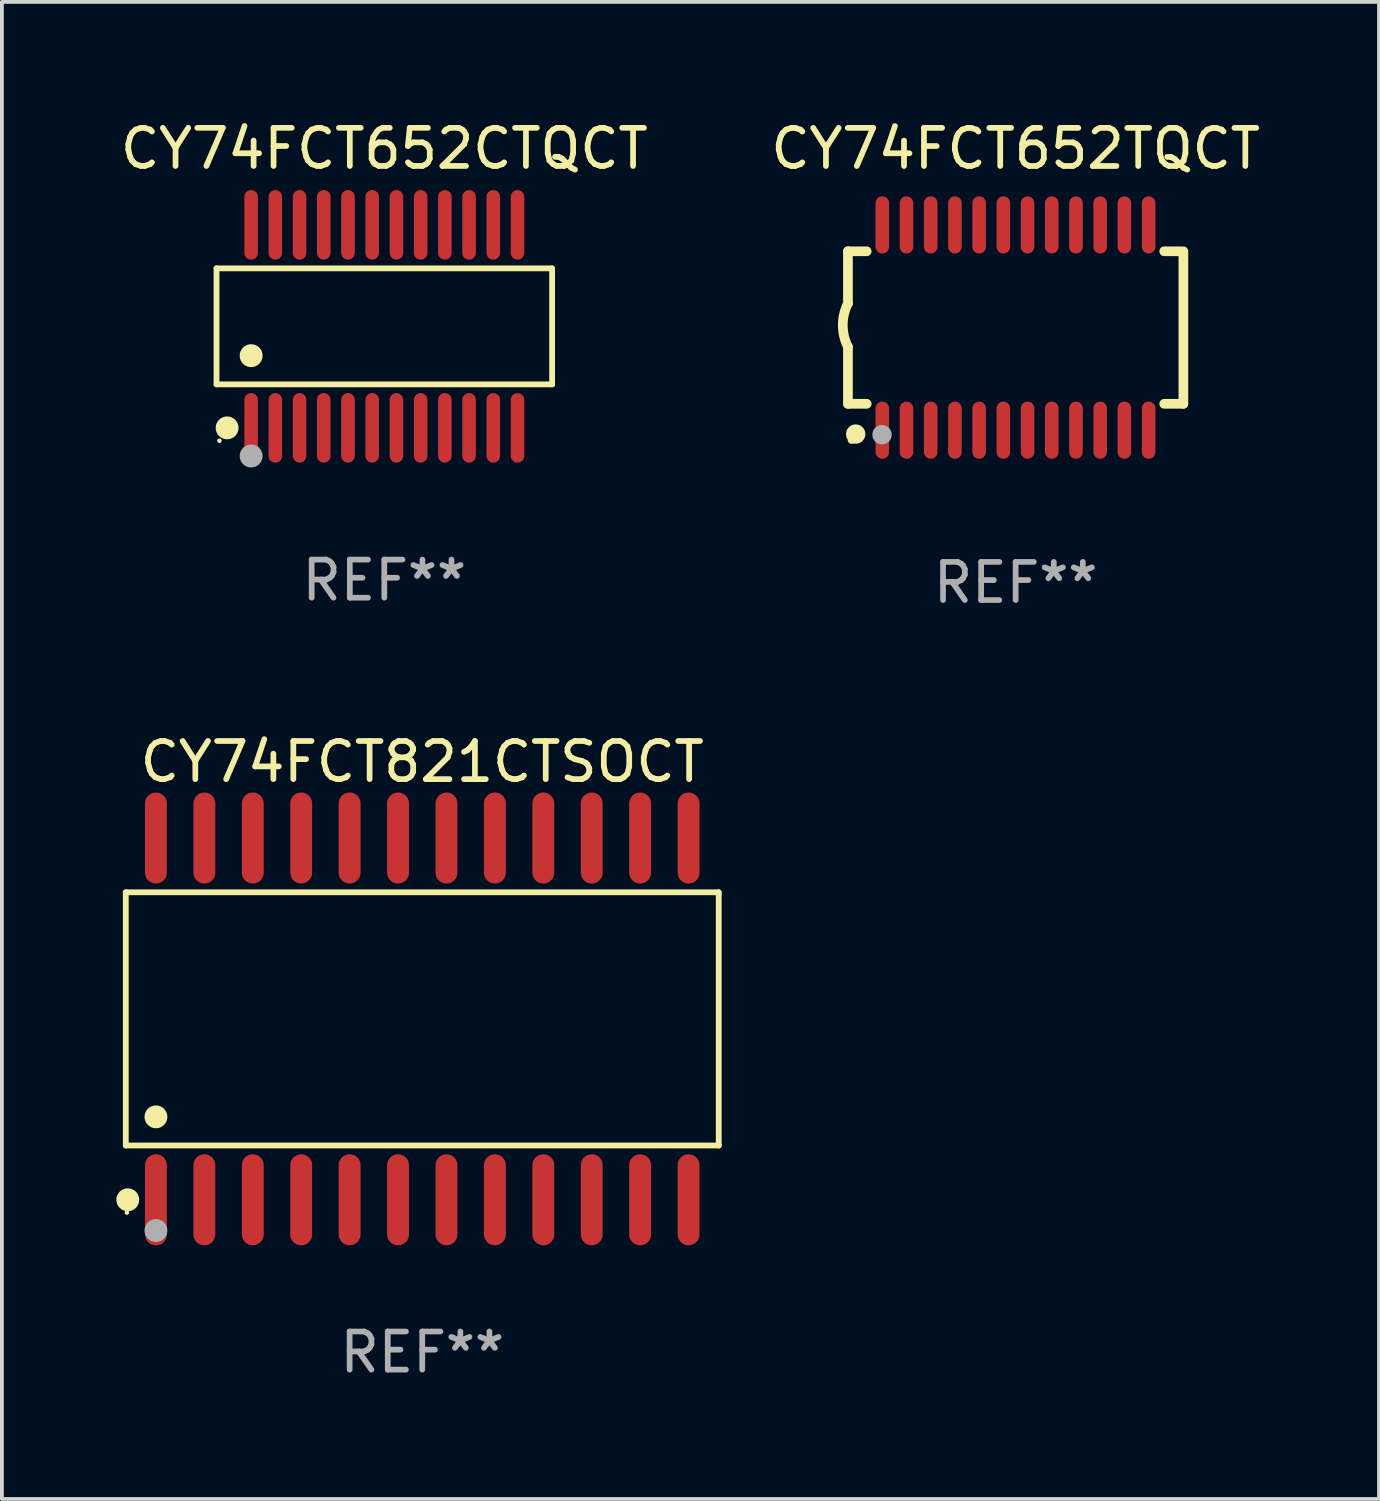
<source format=kicad_pcb>
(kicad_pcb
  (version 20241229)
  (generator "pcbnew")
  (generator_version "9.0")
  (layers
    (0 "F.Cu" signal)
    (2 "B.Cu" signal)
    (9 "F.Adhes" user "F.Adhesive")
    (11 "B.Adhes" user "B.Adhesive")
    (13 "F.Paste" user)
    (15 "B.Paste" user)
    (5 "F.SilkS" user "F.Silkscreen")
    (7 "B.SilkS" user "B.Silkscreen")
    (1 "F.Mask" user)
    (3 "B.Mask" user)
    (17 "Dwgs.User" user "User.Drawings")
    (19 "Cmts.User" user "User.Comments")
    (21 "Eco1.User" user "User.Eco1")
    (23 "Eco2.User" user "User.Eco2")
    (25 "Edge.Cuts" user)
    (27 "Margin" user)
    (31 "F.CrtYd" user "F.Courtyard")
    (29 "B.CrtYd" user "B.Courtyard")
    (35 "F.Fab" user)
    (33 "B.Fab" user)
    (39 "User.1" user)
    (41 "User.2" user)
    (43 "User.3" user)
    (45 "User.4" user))
  (footprint "CY74FCT652CTQCT"
    (layer "F.Cu")
    (at 7.03 5.51)
    (property "Reference" "CY74FCT652CTQCT" (at 0 -4.662 0) (layer "F.SilkS") (effects (font (size 1 1) (thickness 0.15))))
    (attr through_hole)
    (fp_line (start -4.401 -1.521) (end 4.401 -1.521) (stroke (width 0.152) (type solid)) (layer "F.SilkS"))
    (fp_line (start -4.401 1.521) (end -4.401 -1.521) (stroke (width 0.152) (type solid)) (layer "F.SilkS"))
    (fp_line (start 4.401 -1.521) (end 4.401 1.521) (stroke (width 0.152) (type solid)) (layer "F.SilkS"))
    (fp_line (start 4.401 1.521) (end -4.401 1.521) (stroke (width 0.152) (type solid)) (layer "F.SilkS"))
    (fp_circle (center -4.325 3) (end -4.295 3) (stroke (width 0.06) (type solid)) (fill no) (layer "F.SilkS"))
    (fp_circle (center -4.123 2.662) (end -3.973 2.662) (stroke (width 0.3) (type solid)) (fill no) (layer "F.SilkS"))
    (fp_circle (center -3.493 0.769) (end -3.342 0.769) (stroke (width 0.3) (type solid)) (fill no) (layer "F.SilkS"))
    (fp_circle (center -3.493 3.4) (end -3.342 3.4) (stroke (width 0.3) (type solid)) (fill no) (layer "F.Fab"))
    (fp_text user "REF**" (at 0 6.662 0) (layer "F.Fab") (effects (font (size 1 1) (thickness 0.15))))
    (pad "1" smd oval (at -3.493 2.662) (size 0.356 1.824) (layers "F.Cu" "F.Mask" "F.Paste"))
    (pad "2" smd oval (at -2.858 2.662) (size 0.356 1.824) (layers "F.Cu" "F.Mask" "F.Paste"))
    (pad "3" smd oval (at -2.223 2.662) (size 0.356 1.824) (layers "F.Cu" "F.Mask" "F.Paste"))
    (pad "4" smd oval (at -1.588 2.662) (size 0.356 1.824) (layers "F.Cu" "F.Mask" "F.Paste"))
    (pad "5" smd oval (at -0.953 2.662) (size 0.356 1.824) (layers "F.Cu" "F.Mask" "F.Paste"))
    (pad "6" smd oval (at -0.318 2.662) (size 0.356 1.824) (layers "F.Cu" "F.Mask" "F.Paste"))
    (pad "7" smd oval (at 0.318 2.662) (size 0.356 1.824) (layers "F.Cu" "F.Mask" "F.Paste"))
    (pad "8" smd oval (at 0.953 2.662) (size 0.356 1.824) (layers "F.Cu" "F.Mask" "F.Paste"))
    (pad "9" smd oval (at 1.588 2.662) (size 0.356 1.824) (layers "F.Cu" "F.Mask" "F.Paste"))
    (pad "10" smd oval (at 2.223 2.662) (size 0.356 1.824) (layers "F.Cu" "F.Mask" "F.Paste"))
    (pad "11" smd oval (at 2.858 2.662) (size 0.356 1.824) (layers "F.Cu" "F.Mask" "F.Paste"))
    (pad "12" smd oval (at 3.493 2.662) (size 0.356 1.824) (layers "F.Cu" "F.Mask" "F.Paste"))
    (pad "13" smd oval (at 3.493 -2.662) (size 0.356 1.824) (layers "F.Cu" "F.Mask" "F.Paste"))
    (pad "14" smd oval (at 2.858 -2.662) (size 0.356 1.824) (layers "F.Cu" "F.Mask" "F.Paste"))
    (pad "15" smd oval (at 2.223 -2.662) (size 0.356 1.824) (layers "F.Cu" "F.Mask" "F.Paste"))
    (pad "16" smd oval (at 1.588 -2.662) (size 0.356 1.824) (layers "F.Cu" "F.Mask" "F.Paste"))
    (pad "17" smd oval (at 0.953 -2.662) (size 0.356 1.824) (layers "F.Cu" "F.Mask" "F.Paste"))
    (pad "18" smd oval (at 0.318 -2.662) (size 0.356 1.824) (layers "F.Cu" "F.Mask" "F.Paste"))
    (pad "19" smd oval (at -0.318 -2.662) (size 0.356 1.824) (layers "F.Cu" "F.Mask" "F.Paste"))
    (pad "20" smd oval (at -0.953 -2.662) (size 0.356 1.824) (layers "F.Cu" "F.Mask" "F.Paste"))
    (pad "21" smd oval (at -1.588 -2.662) (size 0.356 1.824) (layers "F.Cu" "F.Mask" "F.Paste"))
    (pad "22" smd oval (at -2.223 -2.662) (size 0.356 1.824) (layers "F.Cu" "F.Mask" "F.Paste"))
    (pad "23" smd oval (at -2.858 -2.662) (size 0.356 1.824) (layers "F.Cu" "F.Mask" "F.Paste"))
    (pad "24" smd oval (at -3.493 -2.662) (size 0.356 1.824) (layers "F.Cu" "F.Mask" "F.Paste")))
  (footprint "CY74FCT652TQCT"
    (layer "F.Cu")
    (at 23.589 5.541)
    (property "Reference" "CY74FCT652TQCT" (at 0 -4.692 0) (layer "F.SilkS") (effects (font (size 1 1) (thickness 0.15))))
    (attr through_hole)
    (fp_line (start -4.399 -2) (end -4.399 -0.635) (stroke (width 0.254) (type solid)) (layer "F.SilkS"))
    (fp_line (start -4.399 -2) (end -3.907 -2) (stroke (width 0.254) (type solid)) (layer "F.SilkS"))
    (fp_line (start -4.399 2) (end -4.399 0.508) (stroke (width 0.254) (type solid)) (layer "F.SilkS"))
    (fp_line (start -4.399 2) (end -3.907 2) (stroke (width 0.254) (type solid)) (layer "F.SilkS"))
    (fp_line (start 3.896 -2) (end 4.313 -2) (stroke (width 0.254) (type solid)) (layer "F.SilkS"))
    (fp_line (start 3.896 2) (end 4.399 2) (stroke (width 0.254) (type solid)) (layer "F.SilkS"))
    (fp_line (start 4.399 2) (end 4.399 -2) (stroke (width 0.254) (type solid)) (layer "F.SilkS"))
    (fp_arc (start -4.399301 0.508001) (mid -4.534214 -0.0635) (end -4.399301 -0.635001) (stroke (width 0.254001) (type solid)) (layer "F.SilkS"))
    (fp_circle (center -4.305 2.95) (end -4.255 2.95) (stroke (width 0.1) (type solid)) (fill no) (layer "F.SilkS"))
    (fp_circle (center -4.196 2.794) (end -4.069 2.794) (stroke (width 0.254) (type solid)) (fill no) (layer "F.SilkS"))
    (fp_circle (center -3.505 2.81) (end -3.378 2.81) (stroke (width 0.254) (type solid)) (fill no) (layer "F.Fab"))
    (fp_text user "REF**" (at 0 6.692 0) (layer "F.Fab") (effects (font (size 1 1) (thickness 0.15))))
    (pad "1" smd oval (at -3.498 2.692 90) (size 1.5 0.356) (layers "F.Cu" "F.Mask" "F.Paste"))
    (pad "2" smd oval (at -2.863 2.692 90) (size 1.5 0.356) (layers "F.Cu" "F.Mask" "F.Paste"))
    (pad "3" smd oval (at -2.228 2.692 90) (size 1.5 0.356) (layers "F.Cu" "F.Mask" "F.Paste"))
    (pad "4" smd oval (at -1.593 2.692 90) (size 1.5 0.356) (layers "F.Cu" "F.Mask" "F.Paste"))
    (pad "5" smd oval (at -0.958 2.692 90) (size 1.5 0.356) (layers "F.Cu" "F.Mask" "F.Paste"))
    (pad "6" smd oval (at -0.323 2.692 90) (size 1.5 0.356) (layers "F.Cu" "F.Mask" "F.Paste"))
    (pad "7" smd oval (at 0.312 2.692 90) (size 1.5 0.356) (layers "F.Cu" "F.Mask" "F.Paste"))
    (pad "8" smd oval (at 0.947 2.692 90) (size 1.5 0.356) (layers "F.Cu" "F.Mask" "F.Paste"))
    (pad "9" smd oval (at 1.582 2.692 90) (size 1.5 0.356) (layers "F.Cu" "F.Mask" "F.Paste"))
    (pad "10" smd oval (at 2.217 2.692 90) (size 1.5 0.356) (layers "F.Cu" "F.Mask" "F.Paste"))
    (pad "11" smd oval (at 2.852 2.692 90) (size 1.5 0.356) (layers "F.Cu" "F.Mask" "F.Paste"))
    (pad "12" smd oval (at 3.487 2.692 90) (size 1.5 0.356) (layers "F.Cu" "F.Mask" "F.Paste"))
    (pad "13" smd oval (at 3.487 -2.692 90) (size 1.5 0.356) (layers "F.Cu" "F.Mask" "F.Paste"))
    (pad "14" smd oval (at 2.852 -2.692 90) (size 1.5 0.356) (layers "F.Cu" "F.Mask" "F.Paste"))
    (pad "15" smd oval (at 2.217 -2.692 90) (size 1.5 0.356) (layers "F.Cu" "F.Mask" "F.Paste"))
    (pad "16" smd oval (at 1.582 -2.692 90) (size 1.5 0.356) (layers "F.Cu" "F.Mask" "F.Paste"))
    (pad "17" smd oval (at 0.947 -2.692 90) (size 1.5 0.356) (layers "F.Cu" "F.Mask" "F.Paste"))
    (pad "18" smd oval (at 0.312 -2.692 90) (size 1.5 0.356) (layers "F.Cu" "F.Mask" "F.Paste"))
    (pad "19" smd oval (at -0.323 -2.692 90) (size 1.5 0.356) (layers "F.Cu" "F.Mask" "F.Paste"))
    (pad "20" smd oval (at -0.958 -2.692 90) (size 1.5 0.356) (layers "F.Cu" "F.Mask" "F.Paste"))
    (pad "21" smd oval (at -1.593 -2.692 90) (size 1.5 0.356) (layers "F.Cu" "F.Mask" "F.Paste"))
    (pad "22" smd oval (at -2.228 -2.692 90) (size 1.5 0.356) (layers "F.Cu" "F.Mask" "F.Paste"))
    (pad "23" smd oval (at -2.863 -2.692 90) (size 1.5 0.356) (layers "F.Cu" "F.Mask" "F.Paste"))
    (pad "24" smd oval (at -3.498 -2.692 90) (size 1.5 0.356) (layers "F.Cu" "F.Mask" "F.Paste")))
  (footprint "CY74FCT821CTSOCT"
    (layer "F.Cu")
    (at 8.025 23.674)
    (property "Reference" "CY74FCT821CTSOCT" (at 0 -6.744 0) (layer "F.SilkS") (effects (font (size 1 1) (thickness 0.15))))
    (attr through_hole)
    (fp_line (start -7.776 -3.321) (end 7.776 -3.321) (stroke (width 0.152) (type solid)) (layer "F.SilkS"))
    (fp_line (start -7.776 3.321) (end -7.776 -3.321) (stroke (width 0.152) (type solid)) (layer "F.SilkS"))
    (fp_line (start 7.776 -3.321) (end 7.776 3.321) (stroke (width 0.152) (type solid)) (layer "F.SilkS"))
    (fp_line (start 7.776 3.321) (end -7.776 3.321) (stroke (width 0.152) (type solid)) (layer "F.SilkS"))
    (fp_circle (center -7.747 5.08) (end -7.717 5.08) (stroke (width 0.06) (type solid)) (fill no) (layer "F.SilkS"))
    (fp_circle (center -7.724 4.744) (end -7.574 4.744) (stroke (width 0.3) (type solid)) (fill no) (layer "F.SilkS"))
    (fp_circle (center -6.985 2.569) (end -6.835 2.569) (stroke (width 0.3) (type solid)) (fill no) (layer "F.SilkS"))
    (fp_circle (center -6.985 5.55) (end -6.835 5.55) (stroke (width 0.3) (type solid)) (fill no) (layer "F.Fab"))
    (fp_text user "REF**" (at 0 8.744 0) (layer "F.Fab") (effects (font (size 1 1) (thickness 0.15))))
    (pad "1" smd oval (at -6.985 4.744) (size 0.574 2.388) (layers "F.Cu" "F.Mask" "F.Paste"))
    (pad "2" smd oval (at -5.715 4.744) (size 0.574 2.388) (layers "F.Cu" "F.Mask" "F.Paste"))
    (pad "3" smd oval (at -4.445 4.744) (size 0.574 2.388) (layers "F.Cu" "F.Mask" "F.Paste"))
    (pad "4" smd oval (at -3.175 4.744) (size 0.574 2.388) (layers "F.Cu" "F.Mask" "F.Paste"))
    (pad "5" smd oval (at -1.905 4.744) (size 0.574 2.388) (layers "F.Cu" "F.Mask" "F.Paste"))
    (pad "6" smd oval (at -0.635 4.744) (size 0.574 2.388) (layers "F.Cu" "F.Mask" "F.Paste"))
    (pad "7" smd oval (at 0.635 4.744) (size 0.574 2.388) (layers "F.Cu" "F.Mask" "F.Paste"))
    (pad "8" smd oval (at 1.905 4.744) (size 0.574 2.388) (layers "F.Cu" "F.Mask" "F.Paste"))
    (pad "9" smd oval (at 3.175 4.744) (size 0.574 2.388) (layers "F.Cu" "F.Mask" "F.Paste"))
    (pad "10" smd oval (at 4.445 4.744) (size 0.574 2.388) (layers "F.Cu" "F.Mask" "F.Paste"))
    (pad "11" smd oval (at 5.715 4.744) (size 0.574 2.388) (layers "F.Cu" "F.Mask" "F.Paste"))
    (pad "12" smd oval (at 6.985 4.744) (size 0.574 2.388) (layers "F.Cu" "F.Mask" "F.Paste"))
    (pad "13" smd oval (at 6.985 -4.744) (size 0.574 2.388) (layers "F.Cu" "F.Mask" "F.Paste"))
    (pad "14" smd oval (at 5.715 -4.744) (size 0.574 2.388) (layers "F.Cu" "F.Mask" "F.Paste"))
    (pad "15" smd oval (at 4.445 -4.744) (size 0.574 2.388) (layers "F.Cu" "F.Mask" "F.Paste"))
    (pad "16" smd oval (at 3.175 -4.744) (size 0.574 2.388) (layers "F.Cu" "F.Mask" "F.Paste"))
    (pad "17" smd oval (at 1.905 -4.744) (size 0.574 2.388) (layers "F.Cu" "F.Mask" "F.Paste"))
    (pad "18" smd oval (at 0.635 -4.744) (size 0.574 2.388) (layers "F.Cu" "F.Mask" "F.Paste"))
    (pad "19" smd oval (at -0.635 -4.744) (size 0.574 2.388) (layers "F.Cu" "F.Mask" "F.Paste"))
    (pad "20" smd oval (at -1.905 -4.744) (size 0.574 2.388) (layers "F.Cu" "F.Mask" "F.Paste"))
    (pad "21" smd oval (at -3.175 -4.744) (size 0.574 2.388) (layers "F.Cu" "F.Mask" "F.Paste"))
    (pad "22" smd oval (at -4.445 -4.744) (size 0.574 2.388) (layers "F.Cu" "F.Mask" "F.Paste"))
    (pad "23" smd oval (at -5.715 -4.744) (size 0.574 2.388) (layers "F.Cu" "F.Mask" "F.Paste"))
    (pad "24" smd oval (at -6.985 -4.744) (size 0.574 2.388) (layers "F.Cu" "F.Mask" "F.Paste")))
  (gr_rect
    (start -3 -3)
    (end 33.119 36.266)
    (stroke (width 0.1) (type default))
    (fill no)
    (layer "Edge.Cuts")))
</source>
